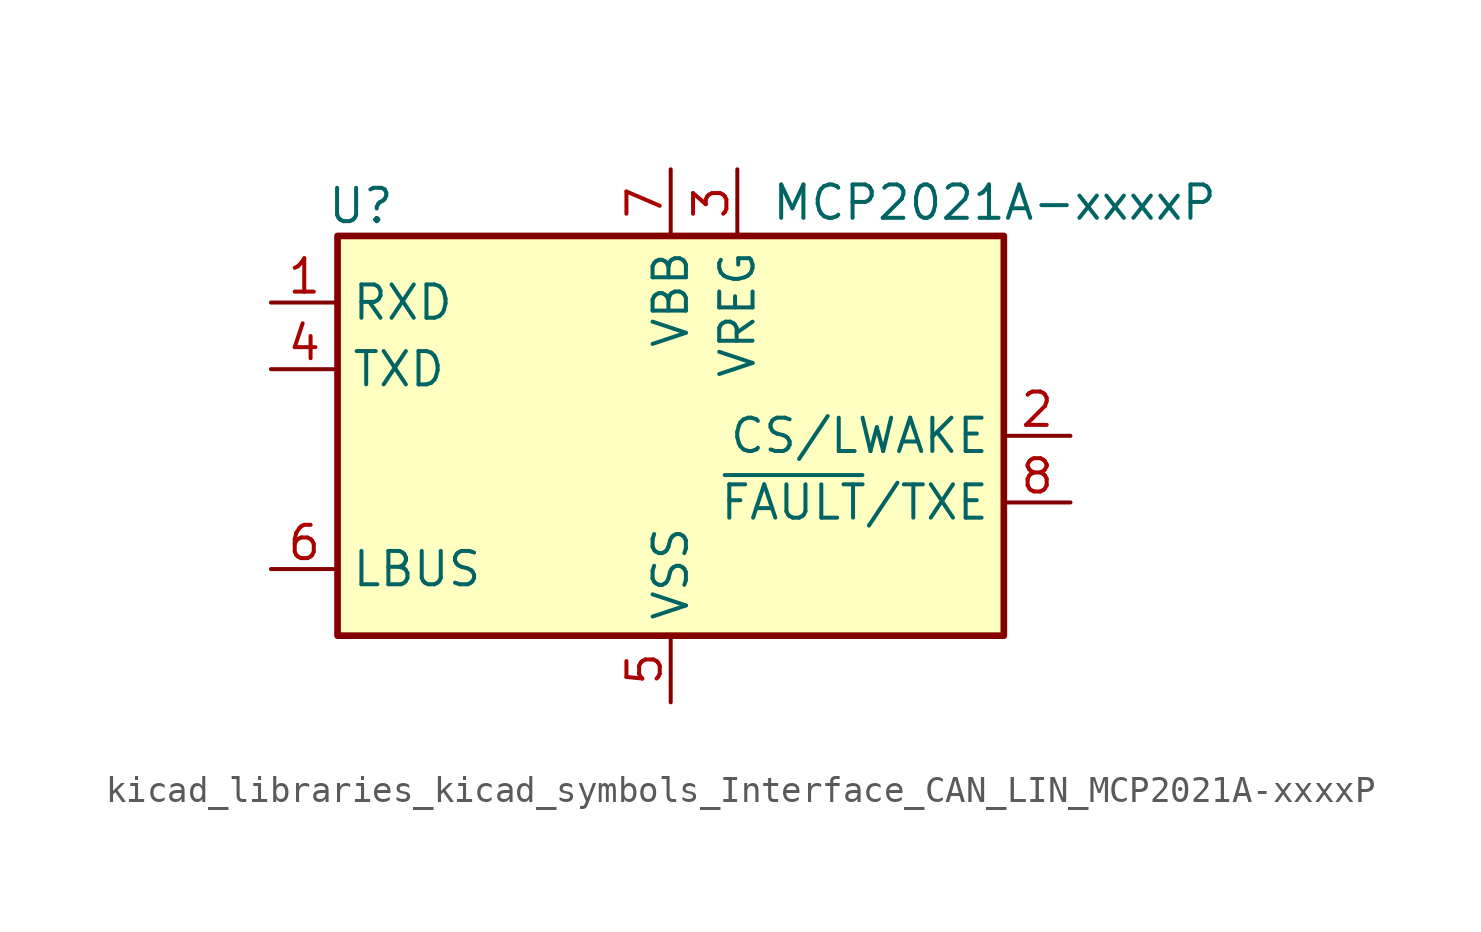
<source format=kicad_sym>
(kicad_symbol_lib
  (version 20220914)
  (generator kicad_symbol_editor)
  (symbol "kicad_libraries_kicad_symbols_Interface_CAN_LIN_MCP2021A-xxxxP"
    (property "Reference" "U"
      (at -11.811 8.763 0)
      (effects (font (size 1.27 1.27))))
    (property "Value" "MCP2021A-xxxxP"
      (at 3.81 8.89 0)
      (effects (font (size 1.27 1.27)) (justify left)))
    (symbol "kicad_libraries_kicad_symbols_Interface_CAN_LIN_MCP2021A-xxxxP_0_1"
      (rectangle (start -12.7 7.62) (end 12.7 -7.62) (stroke (width 0.254) (type default)) (fill (type background))))
    (symbol "kicad_libraries_kicad_symbols_Interface_CAN_LIN_MCP2021A-xxxxP_1_1"
      (pin output line (at -15.24 5.08 0) (length 2.54) (name "RXD" (effects (font (size 1.27 1.27)))) (number "1" (effects (font (size 1.27 1.27)))))
      (pin input line (at 15.24 0 180) (length 2.54) (name "CS/LWAKE" (effects (font (size 1.27 1.27)))) (number "2" (effects (font (size 1.27 1.27)))))
      (pin power_out line (at 2.54 10.16 270) (length 2.54) (name "VREG" (effects (font (size 1.27 1.27)))) (number "3" (effects (font (size 1.27 1.27)))))
      (pin input line (at -15.24 2.54 0) (length 2.54) (name "TXD" (effects (font (size 1.27 1.27)))) (number "4" (effects (font (size 1.27 1.27)))))
      (pin power_in line (at 0 -10.16 90) (length 2.54) (name "VSS" (effects (font (size 1.27 1.27)))) (number "5" (effects (font (size 1.27 1.27)))))
      (pin open_collector line (at -15.24 -5.08 0) (length 2.54) (name "LBUS" (effects (font (size 1.27 1.27)))) (number "6" (effects (font (size 1.27 1.27)))))
      (pin power_in line (at 0 10.16 270) (length 2.54) (name "VBB" (effects (font (size 1.27 1.27)))) (number "7" (effects (font (size 1.27 1.27)))))
      (pin open_collector line (at 15.24 -2.54 180) (length 2.54) (name "~{FAULT}/TXE" (effects (font (size 1.27 1.27)))) (number "8" (effects (font (size 1.27 1.27))))))))
</source>
